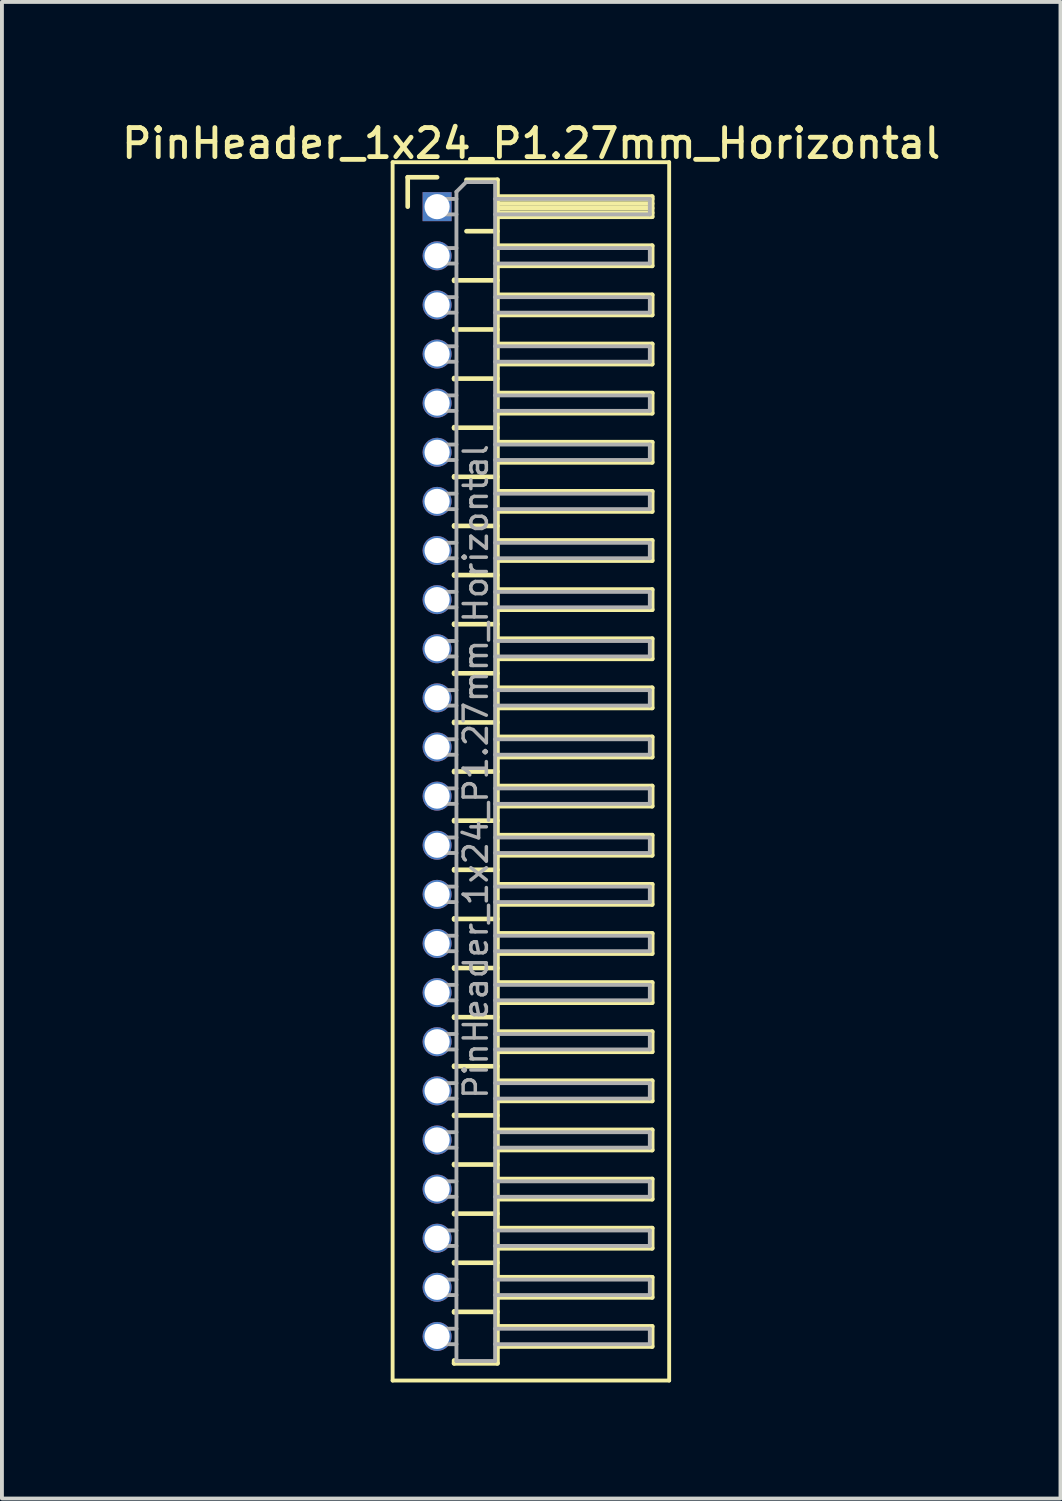
<source format=kicad_pcb>
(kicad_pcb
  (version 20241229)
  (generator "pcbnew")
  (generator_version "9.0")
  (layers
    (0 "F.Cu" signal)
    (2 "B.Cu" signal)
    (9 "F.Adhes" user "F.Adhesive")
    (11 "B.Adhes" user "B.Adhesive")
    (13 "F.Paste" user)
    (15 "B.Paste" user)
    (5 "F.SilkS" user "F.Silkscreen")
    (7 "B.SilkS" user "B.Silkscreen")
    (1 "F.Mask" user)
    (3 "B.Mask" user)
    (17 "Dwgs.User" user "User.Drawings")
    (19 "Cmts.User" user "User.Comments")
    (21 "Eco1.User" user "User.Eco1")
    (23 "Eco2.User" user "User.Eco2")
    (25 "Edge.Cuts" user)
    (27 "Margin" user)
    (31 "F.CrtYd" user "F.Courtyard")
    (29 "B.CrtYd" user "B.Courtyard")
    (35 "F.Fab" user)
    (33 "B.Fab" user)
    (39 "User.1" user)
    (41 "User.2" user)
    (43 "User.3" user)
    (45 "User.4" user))
  (footprint "PinHeader_1x24_P1.27mm_Horizontal"
    (layer "F.Cu")
    (at 8.251 2.293)
    (property "Reference" "PinHeader_1x24_P1.27mm_Horizontal" (at 2.433 -1.635 0) (layer "F.SilkS") (effects (font (size 0.75 0.75) (thickness 0.125))))
    (attr through_hole)
    (fp_line (start -1.15 -1.15) (end -1.15 30.35) (stroke (width 0.1) (type solid)) (layer "F.SilkS"))
    (fp_line (start -1.15 30.35) (end 6 30.35) (stroke (width 0.1) (type solid)) (layer "F.SilkS"))
    (fp_line (start -0.76 -0.76) (end 0 -0.76) (stroke (width 0.12) (type solid)) (layer "F.SilkS"))
    (fp_line (start -0.76 0) (end -0.76 -0.76) (stroke (width 0.12) (type solid)) (layer "F.SilkS"))
    (fp_line (start 0.44 1.89) (end 0.44 1.92) (stroke (width 0.12) (type solid)) (layer "F.SilkS"))
    (fp_line (start 0.44 1.905) (end 1.56 1.905) (stroke (width 0.12) (type solid)) (layer "F.SilkS"))
    (fp_line (start 0.44 3.16) (end 0.44 3.19) (stroke (width 0.12) (type solid)) (layer "F.SilkS"))
    (fp_line (start 0.44 3.175) (end 1.56 3.175) (stroke (width 0.12) (type solid)) (layer "F.SilkS"))
    (fp_line (start 0.44 4.43) (end 0.44 4.46) (stroke (width 0.12) (type solid)) (layer "F.SilkS"))
    (fp_line (start 0.44 4.445) (end 1.56 4.445) (stroke (width 0.12) (type solid)) (layer "F.SilkS"))
    (fp_line (start 0.44 5.7) (end 0.44 5.73) (stroke (width 0.12) (type solid)) (layer "F.SilkS"))
    (fp_line (start 0.44 5.715) (end 1.56 5.715) (stroke (width 0.12) (type solid)) (layer "F.SilkS"))
    (fp_line (start 0.44 6.97) (end 0.44 7) (stroke (width 0.12) (type solid)) (layer "F.SilkS"))
    (fp_line (start 0.44 6.985) (end 1.56 6.985) (stroke (width 0.12) (type solid)) (layer "F.SilkS"))
    (fp_line (start 0.44 8.24) (end 0.44 8.27) (stroke (width 0.12) (type solid)) (layer "F.SilkS"))
    (fp_line (start 0.44 8.255) (end 1.56 8.255) (stroke (width 0.12) (type solid)) (layer "F.SilkS"))
    (fp_line (start 0.44 9.51) (end 0.44 9.54) (stroke (width 0.12) (type solid)) (layer "F.SilkS"))
    (fp_line (start 0.44 9.525) (end 1.56 9.525) (stroke (width 0.12) (type solid)) (layer "F.SilkS"))
    (fp_line (start 0.44 10.78) (end 0.44 10.81) (stroke (width 0.12) (type solid)) (layer "F.SilkS"))
    (fp_line (start 0.44 10.795) (end 1.56 10.795) (stroke (width 0.12) (type solid)) (layer "F.SilkS"))
    (fp_line (start 0.44 12.05) (end 0.44 12.08) (stroke (width 0.12) (type solid)) (layer "F.SilkS"))
    (fp_line (start 0.44 12.065) (end 1.56 12.065) (stroke (width 0.12) (type solid)) (layer "F.SilkS"))
    (fp_line (start 0.44 13.32) (end 0.44 13.35) (stroke (width 0.12) (type solid)) (layer "F.SilkS"))
    (fp_line (start 0.44 13.335) (end 1.56 13.335) (stroke (width 0.12) (type solid)) (layer "F.SilkS"))
    (fp_line (start 0.44 14.59) (end 0.44 14.62) (stroke (width 0.12) (type solid)) (layer "F.SilkS"))
    (fp_line (start 0.44 14.605) (end 1.56 14.605) (stroke (width 0.12) (type solid)) (layer "F.SilkS"))
    (fp_line (start 0.44 15.86) (end 0.44 15.89) (stroke (width 0.12) (type solid)) (layer "F.SilkS"))
    (fp_line (start 0.44 15.875) (end 1.56 15.875) (stroke (width 0.12) (type solid)) (layer "F.SilkS"))
    (fp_line (start 0.44 17.13) (end 0.44 17.16) (stroke (width 0.12) (type solid)) (layer "F.SilkS"))
    (fp_line (start 0.44 17.145) (end 1.56 17.145) (stroke (width 0.12) (type solid)) (layer "F.SilkS"))
    (fp_line (start 0.44 18.4) (end 0.44 18.43) (stroke (width 0.12) (type solid)) (layer "F.SilkS"))
    (fp_line (start 0.44 18.415) (end 1.56 18.415) (stroke (width 0.12) (type solid)) (layer "F.SilkS"))
    (fp_line (start 0.44 19.67) (end 0.44 19.7) (stroke (width 0.12) (type solid)) (layer "F.SilkS"))
    (fp_line (start 0.44 19.685) (end 1.56 19.685) (stroke (width 0.12) (type solid)) (layer "F.SilkS"))
    (fp_line (start 0.44 20.94) (end 0.44 20.97) (stroke (width 0.12) (type solid)) (layer "F.SilkS"))
    (fp_line (start 0.44 20.955) (end 1.56 20.955) (stroke (width 0.12) (type solid)) (layer "F.SilkS"))
    (fp_line (start 0.44 22.21) (end 0.44 22.24) (stroke (width 0.12) (type solid)) (layer "F.SilkS"))
    (fp_line (start 0.44 22.225) (end 1.56 22.225) (stroke (width 0.12) (type solid)) (layer "F.SilkS"))
    (fp_line (start 0.44 23.48) (end 0.44 23.51) (stroke (width 0.12) (type solid)) (layer "F.SilkS"))
    (fp_line (start 0.44 23.495) (end 1.56 23.495) (stroke (width 0.12) (type solid)) (layer "F.SilkS"))
    (fp_line (start 0.44 24.75) (end 0.44 24.78) (stroke (width 0.12) (type solid)) (layer "F.SilkS"))
    (fp_line (start 0.44 24.765) (end 1.56 24.765) (stroke (width 0.12) (type solid)) (layer "F.SilkS"))
    (fp_line (start 0.44 26.02) (end 0.44 26.05) (stroke (width 0.12) (type solid)) (layer "F.SilkS"))
    (fp_line (start 0.44 26.035) (end 1.56 26.035) (stroke (width 0.12) (type solid)) (layer "F.SilkS"))
    (fp_line (start 0.44 27.29) (end 0.44 27.32) (stroke (width 0.12) (type solid)) (layer "F.SilkS"))
    (fp_line (start 0.44 27.305) (end 1.56 27.305) (stroke (width 0.12) (type solid)) (layer "F.SilkS"))
    (fp_line (start 0.44 28.56) (end 0.44 28.59) (stroke (width 0.12) (type solid)) (layer "F.SilkS"))
    (fp_line (start 0.44 28.575) (end 1.56 28.575) (stroke (width 0.12) (type solid)) (layer "F.SilkS"))
    (fp_line (start 0.44 29.905) (end 0.44 29.83) (stroke (width 0.12) (type solid)) (layer "F.SilkS"))
    (fp_line (start 0.76 -0.695) (end 1.56 -0.695) (stroke (width 0.12) (type solid)) (layer "F.SilkS"))
    (fp_line (start 0.76 0.635) (end 1.56 0.635) (stroke (width 0.12) (type solid)) (layer "F.SilkS"))
    (fp_line (start 1.56 -0.695) (end 1.56 29.905) (stroke (width 0.12) (type solid)) (layer "F.SilkS"))
    (fp_line (start 1.56 -0.26) (end 5.56 -0.26) (stroke (width 0.12) (type solid)) (layer "F.SilkS"))
    (fp_line (start 1.56 -0.2) (end 5.56 -0.2) (stroke (width 0.12) (type solid)) (layer "F.SilkS"))
    (fp_line (start 1.56 -0.08) (end 5.56 -0.08) (stroke (width 0.12) (type solid)) (layer "F.SilkS"))
    (fp_line (start 1.56 0.04) (end 5.56 0.04) (stroke (width 0.12) (type solid)) (layer "F.SilkS"))
    (fp_line (start 1.56 0.16) (end 5.56 0.16) (stroke (width 0.12) (type solid)) (layer "F.SilkS"))
    (fp_line (start 1.56 1.01) (end 5.56 1.01) (stroke (width 0.12) (type solid)) (layer "F.SilkS"))
    (fp_line (start 1.56 2.28) (end 5.56 2.28) (stroke (width 0.12) (type solid)) (layer "F.SilkS"))
    (fp_line (start 1.56 3.55) (end 5.56 3.55) (stroke (width 0.12) (type solid)) (layer "F.SilkS"))
    (fp_line (start 1.56 4.82) (end 5.56 4.82) (stroke (width 0.12) (type solid)) (layer "F.SilkS"))
    (fp_line (start 1.56 6.09) (end 5.56 6.09) (stroke (width 0.12) (type solid)) (layer "F.SilkS"))
    (fp_line (start 1.56 7.36) (end 5.56 7.36) (stroke (width 0.12) (type solid)) (layer "F.SilkS"))
    (fp_line (start 1.56 8.63) (end 5.56 8.63) (stroke (width 0.12) (type solid)) (layer "F.SilkS"))
    (fp_line (start 1.56 9.9) (end 5.56 9.9) (stroke (width 0.12) (type solid)) (layer "F.SilkS"))
    (fp_line (start 1.56 11.17) (end 5.56 11.17) (stroke (width 0.12) (type solid)) (layer "F.SilkS"))
    (fp_line (start 1.56 12.44) (end 5.56 12.44) (stroke (width 0.12) (type solid)) (layer "F.SilkS"))
    (fp_line (start 1.56 13.71) (end 5.56 13.71) (stroke (width 0.12) (type solid)) (layer "F.SilkS"))
    (fp_line (start 1.56 14.98) (end 5.56 14.98) (stroke (width 0.12) (type solid)) (layer "F.SilkS"))
    (fp_line (start 1.56 16.25) (end 5.56 16.25) (stroke (width 0.12) (type solid)) (layer "F.SilkS"))
    (fp_line (start 1.56 17.52) (end 5.56 17.52) (stroke (width 0.12) (type solid)) (layer "F.SilkS"))
    (fp_line (start 1.56 18.79) (end 5.56 18.79) (stroke (width 0.12) (type solid)) (layer "F.SilkS"))
    (fp_line (start 1.56 20.06) (end 5.56 20.06) (stroke (width 0.12) (type solid)) (layer "F.SilkS"))
    (fp_line (start 1.56 21.33) (end 5.56 21.33) (stroke (width 0.12) (type solid)) (layer "F.SilkS"))
    (fp_line (start 1.56 22.6) (end 5.56 22.6) (stroke (width 0.12) (type solid)) (layer "F.SilkS"))
    (fp_line (start 1.56 23.87) (end 5.56 23.87) (stroke (width 0.12) (type solid)) (layer "F.SilkS"))
    (fp_line (start 1.56 25.14) (end 5.56 25.14) (stroke (width 0.12) (type solid)) (layer "F.SilkS"))
    (fp_line (start 1.56 26.41) (end 5.56 26.41) (stroke (width 0.12) (type solid)) (layer "F.SilkS"))
    (fp_line (start 1.56 27.68) (end 5.56 27.68) (stroke (width 0.12) (type solid)) (layer "F.SilkS"))
    (fp_line (start 1.56 28.95) (end 5.56 28.95) (stroke (width 0.12) (type solid)) (layer "F.SilkS"))
    (fp_line (start 1.56 29.905) (end 0.44 29.905) (stroke (width 0.12) (type solid)) (layer "F.SilkS"))
    (fp_line (start 5.56 -0.26) (end 5.56 0.26) (stroke (width 0.12) (type solid)) (layer "F.SilkS"))
    (fp_line (start 5.56 0.26) (end 1.56 0.26) (stroke (width 0.12) (type solid)) (layer "F.SilkS"))
    (fp_line (start 5.56 1.01) (end 5.56 1.53) (stroke (width 0.12) (type solid)) (layer "F.SilkS"))
    (fp_line (start 5.56 1.53) (end 1.56 1.53) (stroke (width 0.12) (type solid)) (layer "F.SilkS"))
    (fp_line (start 5.56 2.28) (end 5.56 2.8) (stroke (width 0.12) (type solid)) (layer "F.SilkS"))
    (fp_line (start 5.56 2.8) (end 1.56 2.8) (stroke (width 0.12) (type solid)) (layer "F.SilkS"))
    (fp_line (start 5.56 3.55) (end 5.56 4.07) (stroke (width 0.12) (type solid)) (layer "F.SilkS"))
    (fp_line (start 5.56 4.07) (end 1.56 4.07) (stroke (width 0.12) (type solid)) (layer "F.SilkS"))
    (fp_line (start 5.56 4.82) (end 5.56 5.34) (stroke (width 0.12) (type solid)) (layer "F.SilkS"))
    (fp_line (start 5.56 5.34) (end 1.56 5.34) (stroke (width 0.12) (type solid)) (layer "F.SilkS"))
    (fp_line (start 5.56 6.09) (end 5.56 6.61) (stroke (width 0.12) (type solid)) (layer "F.SilkS"))
    (fp_line (start 5.56 6.61) (end 1.56 6.61) (stroke (width 0.12) (type solid)) (layer "F.SilkS"))
    (fp_line (start 5.56 7.36) (end 5.56 7.88) (stroke (width 0.12) (type solid)) (layer "F.SilkS"))
    (fp_line (start 5.56 7.88) (end 1.56 7.88) (stroke (width 0.12) (type solid)) (layer "F.SilkS"))
    (fp_line (start 5.56 8.63) (end 5.56 9.15) (stroke (width 0.12) (type solid)) (layer "F.SilkS"))
    (fp_line (start 5.56 9.15) (end 1.56 9.15) (stroke (width 0.12) (type solid)) (layer "F.SilkS"))
    (fp_line (start 5.56 9.9) (end 5.56 10.42) (stroke (width 0.12) (type solid)) (layer "F.SilkS"))
    (fp_line (start 5.56 10.42) (end 1.56 10.42) (stroke (width 0.12) (type solid)) (layer "F.SilkS"))
    (fp_line (start 5.56 11.17) (end 5.56 11.69) (stroke (width 0.12) (type solid)) (layer "F.SilkS"))
    (fp_line (start 5.56 11.69) (end 1.56 11.69) (stroke (width 0.12) (type solid)) (layer "F.SilkS"))
    (fp_line (start 5.56 12.44) (end 5.56 12.96) (stroke (width 0.12) (type solid)) (layer "F.SilkS"))
    (fp_line (start 5.56 12.96) (end 1.56 12.96) (stroke (width 0.12) (type solid)) (layer "F.SilkS"))
    (fp_line (start 5.56 13.71) (end 5.56 14.23) (stroke (width 0.12) (type solid)) (layer "F.SilkS"))
    (fp_line (start 5.56 14.23) (end 1.56 14.23) (stroke (width 0.12) (type solid)) (layer "F.SilkS"))
    (fp_line (start 5.56 14.98) (end 5.56 15.5) (stroke (width 0.12) (type solid)) (layer "F.SilkS"))
    (fp_line (start 5.56 15.5) (end 1.56 15.5) (stroke (width 0.12) (type solid)) (layer "F.SilkS"))
    (fp_line (start 5.56 16.25) (end 5.56 16.77) (stroke (width 0.12) (type solid)) (layer "F.SilkS"))
    (fp_line (start 5.56 16.77) (end 1.56 16.77) (stroke (width 0.12) (type solid)) (layer "F.SilkS"))
    (fp_line (start 5.56 17.52) (end 5.56 18.04) (stroke (width 0.12) (type solid)) (layer "F.SilkS"))
    (fp_line (start 5.56 18.04) (end 1.56 18.04) (stroke (width 0.12) (type solid)) (layer "F.SilkS"))
    (fp_line (start 5.56 18.79) (end 5.56 19.31) (stroke (width 0.12) (type solid)) (layer "F.SilkS"))
    (fp_line (start 5.56 19.31) (end 1.56 19.31) (stroke (width 0.12) (type solid)) (layer "F.SilkS"))
    (fp_line (start 5.56 20.06) (end 5.56 20.58) (stroke (width 0.12) (type solid)) (layer "F.SilkS"))
    (fp_line (start 5.56 20.58) (end 1.56 20.58) (stroke (width 0.12) (type solid)) (layer "F.SilkS"))
    (fp_line (start 5.56 21.33) (end 5.56 21.85) (stroke (width 0.12) (type solid)) (layer "F.SilkS"))
    (fp_line (start 5.56 21.85) (end 1.56 21.85) (stroke (width 0.12) (type solid)) (layer "F.SilkS"))
    (fp_line (start 5.56 22.6) (end 5.56 23.12) (stroke (width 0.12) (type solid)) (layer "F.SilkS"))
    (fp_line (start 5.56 23.12) (end 1.56 23.12) (stroke (width 0.12) (type solid)) (layer "F.SilkS"))
    (fp_line (start 5.56 23.87) (end 5.56 24.39) (stroke (width 0.12) (type solid)) (layer "F.SilkS"))
    (fp_line (start 5.56 24.39) (end 1.56 24.39) (stroke (width 0.12) (type solid)) (layer "F.SilkS"))
    (fp_line (start 5.56 25.14) (end 5.56 25.66) (stroke (width 0.12) (type solid)) (layer "F.SilkS"))
    (fp_line (start 5.56 25.66) (end 1.56 25.66) (stroke (width 0.12) (type solid)) (layer "F.SilkS"))
    (fp_line (start 5.56 26.41) (end 5.56 26.93) (stroke (width 0.12) (type solid)) (layer "F.SilkS"))
    (fp_line (start 5.56 26.93) (end 1.56 26.93) (stroke (width 0.12) (type solid)) (layer "F.SilkS"))
    (fp_line (start 5.56 27.68) (end 5.56 28.2) (stroke (width 0.12) (type solid)) (layer "F.SilkS"))
    (fp_line (start 5.56 28.2) (end 1.56 28.2) (stroke (width 0.12) (type solid)) (layer "F.SilkS"))
    (fp_line (start 5.56 28.95) (end 5.56 29.47) (stroke (width 0.12) (type solid)) (layer "F.SilkS"))
    (fp_line (start 5.56 29.47) (end 1.56 29.47) (stroke (width 0.12) (type solid)) (layer "F.SilkS"))
    (fp_line (start 6 -1.15) (end -1.15 -1.15) (stroke (width 0.1) (type solid)) (layer "F.SilkS"))
    (fp_line (start 6 30.35) (end 6 -1.15) (stroke (width 0.1) (type solid)) (layer "F.SilkS"))
    (fp_line (start -0.2 -0.2) (end -0.2 0.2) (stroke (width 0.1) (type solid)) (layer "F.Fab"))
    (fp_line (start -0.2 -0.2) (end 0.5 -0.2) (stroke (width 0.1) (type solid)) (layer "F.Fab"))
    (fp_line (start -0.2 0.2) (end 0.5 0.2) (stroke (width 0.1) (type solid)) (layer "F.Fab"))
    (fp_line (start -0.2 1.07) (end -0.2 1.47) (stroke (width 0.1) (type solid)) (layer "F.Fab"))
    (fp_line (start -0.2 1.07) (end 0.5 1.07) (stroke (width 0.1) (type solid)) (layer "F.Fab"))
    (fp_line (start -0.2 1.47) (end 0.5 1.47) (stroke (width 0.1) (type solid)) (layer "F.Fab"))
    (fp_line (start -0.2 2.34) (end -0.2 2.74) (stroke (width 0.1) (type solid)) (layer "F.Fab"))
    (fp_line (start -0.2 2.34) (end 0.5 2.34) (stroke (width 0.1) (type solid)) (layer "F.Fab"))
    (fp_line (start -0.2 2.74) (end 0.5 2.74) (stroke (width 0.1) (type solid)) (layer "F.Fab"))
    (fp_line (start -0.2 3.61) (end -0.2 4.01) (stroke (width 0.1) (type solid)) (layer "F.Fab"))
    (fp_line (start -0.2 3.61) (end 0.5 3.61) (stroke (width 0.1) (type solid)) (layer "F.Fab"))
    (fp_line (start -0.2 4.01) (end 0.5 4.01) (stroke (width 0.1) (type solid)) (layer "F.Fab"))
    (fp_line (start -0.2 4.88) (end -0.2 5.28) (stroke (width 0.1) (type solid)) (layer "F.Fab"))
    (fp_line (start -0.2 4.88) (end 0.5 4.88) (stroke (width 0.1) (type solid)) (layer "F.Fab"))
    (fp_line (start -0.2 5.28) (end 0.5 5.28) (stroke (width 0.1) (type solid)) (layer "F.Fab"))
    (fp_line (start -0.2 6.15) (end -0.2 6.55) (stroke (width 0.1) (type solid)) (layer "F.Fab"))
    (fp_line (start -0.2 6.15) (end 0.5 6.15) (stroke (width 0.1) (type solid)) (layer "F.Fab"))
    (fp_line (start -0.2 6.55) (end 0.5 6.55) (stroke (width 0.1) (type solid)) (layer "F.Fab"))
    (fp_line (start -0.2 7.42) (end -0.2 7.82) (stroke (width 0.1) (type solid)) (layer "F.Fab"))
    (fp_line (start -0.2 7.42) (end 0.5 7.42) (stroke (width 0.1) (type solid)) (layer "F.Fab"))
    (fp_line (start -0.2 7.82) (end 0.5 7.82) (stroke (width 0.1) (type solid)) (layer "F.Fab"))
    (fp_line (start -0.2 8.69) (end -0.2 9.09) (stroke (width 0.1) (type solid)) (layer "F.Fab"))
    (fp_line (start -0.2 8.69) (end 0.5 8.69) (stroke (width 0.1) (type solid)) (layer "F.Fab"))
    (fp_line (start -0.2 9.09) (end 0.5 9.09) (stroke (width 0.1) (type solid)) (layer "F.Fab"))
    (fp_line (start -0.2 9.96) (end -0.2 10.36) (stroke (width 0.1) (type solid)) (layer "F.Fab"))
    (fp_line (start -0.2 9.96) (end 0.5 9.96) (stroke (width 0.1) (type solid)) (layer "F.Fab"))
    (fp_line (start -0.2 10.36) (end 0.5 10.36) (stroke (width 0.1) (type solid)) (layer "F.Fab"))
    (fp_line (start -0.2 11.23) (end -0.2 11.63) (stroke (width 0.1) (type solid)) (layer "F.Fab"))
    (fp_line (start -0.2 11.23) (end 0.5 11.23) (stroke (width 0.1) (type solid)) (layer "F.Fab"))
    (fp_line (start -0.2 11.63) (end 0.5 11.63) (stroke (width 0.1) (type solid)) (layer "F.Fab"))
    (fp_line (start -0.2 12.5) (end -0.2 12.9) (stroke (width 0.1) (type solid)) (layer "F.Fab"))
    (fp_line (start -0.2 12.5) (end 0.5 12.5) (stroke (width 0.1) (type solid)) (layer "F.Fab"))
    (fp_line (start -0.2 12.9) (end 0.5 12.9) (stroke (width 0.1) (type solid)) (layer "F.Fab"))
    (fp_line (start -0.2 13.77) (end -0.2 14.17) (stroke (width 0.1) (type solid)) (layer "F.Fab"))
    (fp_line (start -0.2 13.77) (end 0.5 13.77) (stroke (width 0.1) (type solid)) (layer "F.Fab"))
    (fp_line (start -0.2 14.17) (end 0.5 14.17) (stroke (width 0.1) (type solid)) (layer "F.Fab"))
    (fp_line (start -0.2 15.04) (end -0.2 15.44) (stroke (width 0.1) (type solid)) (layer "F.Fab"))
    (fp_line (start -0.2 15.04) (end 0.5 15.04) (stroke (width 0.1) (type solid)) (layer "F.Fab"))
    (fp_line (start -0.2 15.44) (end 0.5 15.44) (stroke (width 0.1) (type solid)) (layer "F.Fab"))
    (fp_line (start -0.2 16.31) (end -0.2 16.71) (stroke (width 0.1) (type solid)) (layer "F.Fab"))
    (fp_line (start -0.2 16.31) (end 0.5 16.31) (stroke (width 0.1) (type solid)) (layer "F.Fab"))
    (fp_line (start -0.2 16.71) (end 0.5 16.71) (stroke (width 0.1) (type solid)) (layer "F.Fab"))
    (fp_line (start -0.2 17.58) (end -0.2 17.98) (stroke (width 0.1) (type solid)) (layer "F.Fab"))
    (fp_line (start -0.2 17.58) (end 0.5 17.58) (stroke (width 0.1) (type solid)) (layer "F.Fab"))
    (fp_line (start -0.2 17.98) (end 0.5 17.98) (stroke (width 0.1) (type solid)) (layer "F.Fab"))
    (fp_line (start -0.2 18.85) (end -0.2 19.25) (stroke (width 0.1) (type solid)) (layer "F.Fab"))
    (fp_line (start -0.2 18.85) (end 0.5 18.85) (stroke (width 0.1) (type solid)) (layer "F.Fab"))
    (fp_line (start -0.2 19.25) (end 0.5 19.25) (stroke (width 0.1) (type solid)) (layer "F.Fab"))
    (fp_line (start -0.2 20.12) (end -0.2 20.52) (stroke (width 0.1) (type solid)) (layer "F.Fab"))
    (fp_line (start -0.2 20.12) (end 0.5 20.12) (stroke (width 0.1) (type solid)) (layer "F.Fab"))
    (fp_line (start -0.2 20.52) (end 0.5 20.52) (stroke (width 0.1) (type solid)) (layer "F.Fab"))
    (fp_line (start -0.2 21.39) (end -0.2 21.79) (stroke (width 0.1) (type solid)) (layer "F.Fab"))
    (fp_line (start -0.2 21.39) (end 0.5 21.39) (stroke (width 0.1) (type solid)) (layer "F.Fab"))
    (fp_line (start -0.2 21.79) (end 0.5 21.79) (stroke (width 0.1) (type solid)) (layer "F.Fab"))
    (fp_line (start -0.2 22.66) (end -0.2 23.06) (stroke (width 0.1) (type solid)) (layer "F.Fab"))
    (fp_line (start -0.2 22.66) (end 0.5 22.66) (stroke (width 0.1) (type solid)) (layer "F.Fab"))
    (fp_line (start -0.2 23.06) (end 0.5 23.06) (stroke (width 0.1) (type solid)) (layer "F.Fab"))
    (fp_line (start -0.2 23.93) (end -0.2 24.33) (stroke (width 0.1) (type solid)) (layer "F.Fab"))
    (fp_line (start -0.2 23.93) (end 0.5 23.93) (stroke (width 0.1) (type solid)) (layer "F.Fab"))
    (fp_line (start -0.2 24.33) (end 0.5 24.33) (stroke (width 0.1) (type solid)) (layer "F.Fab"))
    (fp_line (start -0.2 25.2) (end -0.2 25.6) (stroke (width 0.1) (type solid)) (layer "F.Fab"))
    (fp_line (start -0.2 25.2) (end 0.5 25.2) (stroke (width 0.1) (type solid)) (layer "F.Fab"))
    (fp_line (start -0.2 25.6) (end 0.5 25.6) (stroke (width 0.1) (type solid)) (layer "F.Fab"))
    (fp_line (start -0.2 26.47) (end -0.2 26.87) (stroke (width 0.1) (type solid)) (layer "F.Fab"))
    (fp_line (start -0.2 26.47) (end 0.5 26.47) (stroke (width 0.1) (type solid)) (layer "F.Fab"))
    (fp_line (start -0.2 26.87) (end 0.5 26.87) (stroke (width 0.1) (type solid)) (layer "F.Fab"))
    (fp_line (start -0.2 27.74) (end -0.2 28.14) (stroke (width 0.1) (type solid)) (layer "F.Fab"))
    (fp_line (start -0.2 27.74) (end 0.5 27.74) (stroke (width 0.1) (type solid)) (layer "F.Fab"))
    (fp_line (start -0.2 28.14) (end 0.5 28.14) (stroke (width 0.1) (type solid)) (layer "F.Fab"))
    (fp_line (start -0.2 29.01) (end -0.2 29.41) (stroke (width 0.1) (type solid)) (layer "F.Fab"))
    (fp_line (start -0.2 29.01) (end 0.5 29.01) (stroke (width 0.1) (type solid)) (layer "F.Fab"))
    (fp_line (start -0.2 29.41) (end 0.5 29.41) (stroke (width 0.1) (type solid)) (layer "F.Fab"))
    (fp_line (start 0.5 -0.385) (end 0.75 -0.635) (stroke (width 0.1) (type solid)) (layer "F.Fab"))
    (fp_line (start 0.5 29.845) (end 0.5 -0.385) (stroke (width 0.1) (type solid)) (layer "F.Fab"))
    (fp_line (start 0.75 -0.635) (end 1.5 -0.635) (stroke (width 0.1) (type solid)) (layer "F.Fab"))
    (fp_line (start 1.5 -0.635) (end 1.5 29.845) (stroke (width 0.1) (type solid)) (layer "F.Fab"))
    (fp_line (start 1.5 -0.2) (end 5.5 -0.2) (stroke (width 0.1) (type solid)) (layer "F.Fab"))
    (fp_line (start 1.5 0.2) (end 5.5 0.2) (stroke (width 0.1) (type solid)) (layer "F.Fab"))
    (fp_line (start 1.5 1.07) (end 5.5 1.07) (stroke (width 0.1) (type solid)) (layer "F.Fab"))
    (fp_line (start 1.5 1.47) (end 5.5 1.47) (stroke (width 0.1) (type solid)) (layer "F.Fab"))
    (fp_line (start 1.5 2.34) (end 5.5 2.34) (stroke (width 0.1) (type solid)) (layer "F.Fab"))
    (fp_line (start 1.5 2.74) (end 5.5 2.74) (stroke (width 0.1) (type solid)) (layer "F.Fab"))
    (fp_line (start 1.5 3.61) (end 5.5 3.61) (stroke (width 0.1) (type solid)) (layer "F.Fab"))
    (fp_line (start 1.5 4.01) (end 5.5 4.01) (stroke (width 0.1) (type solid)) (layer "F.Fab"))
    (fp_line (start 1.5 4.88) (end 5.5 4.88) (stroke (width 0.1) (type solid)) (layer "F.Fab"))
    (fp_line (start 1.5 5.28) (end 5.5 5.28) (stroke (width 0.1) (type solid)) (layer "F.Fab"))
    (fp_line (start 1.5 6.15) (end 5.5 6.15) (stroke (width 0.1) (type solid)) (layer "F.Fab"))
    (fp_line (start 1.5 6.55) (end 5.5 6.55) (stroke (width 0.1) (type solid)) (layer "F.Fab"))
    (fp_line (start 1.5 7.42) (end 5.5 7.42) (stroke (width 0.1) (type solid)) (layer "F.Fab"))
    (fp_line (start 1.5 7.82) (end 5.5 7.82) (stroke (width 0.1) (type solid)) (layer "F.Fab"))
    (fp_line (start 1.5 8.69) (end 5.5 8.69) (stroke (width 0.1) (type solid)) (layer "F.Fab"))
    (fp_line (start 1.5 9.09) (end 5.5 9.09) (stroke (width 0.1) (type solid)) (layer "F.Fab"))
    (fp_line (start 1.5 9.96) (end 5.5 9.96) (stroke (width 0.1) (type solid)) (layer "F.Fab"))
    (fp_line (start 1.5 10.36) (end 5.5 10.36) (stroke (width 0.1) (type solid)) (layer "F.Fab"))
    (fp_line (start 1.5 11.23) (end 5.5 11.23) (stroke (width 0.1) (type solid)) (layer "F.Fab"))
    (fp_line (start 1.5 11.63) (end 5.5 11.63) (stroke (width 0.1) (type solid)) (layer "F.Fab"))
    (fp_line (start 1.5 12.5) (end 5.5 12.5) (stroke (width 0.1) (type solid)) (layer "F.Fab"))
    (fp_line (start 1.5 12.9) (end 5.5 12.9) (stroke (width 0.1) (type solid)) (layer "F.Fab"))
    (fp_line (start 1.5 13.77) (end 5.5 13.77) (stroke (width 0.1) (type solid)) (layer "F.Fab"))
    (fp_line (start 1.5 14.17) (end 5.5 14.17) (stroke (width 0.1) (type solid)) (layer "F.Fab"))
    (fp_line (start 1.5 15.04) (end 5.5 15.04) (stroke (width 0.1) (type solid)) (layer "F.Fab"))
    (fp_line (start 1.5 15.44) (end 5.5 15.44) (stroke (width 0.1) (type solid)) (layer "F.Fab"))
    (fp_line (start 1.5 16.31) (end 5.5 16.31) (stroke (width 0.1) (type solid)) (layer "F.Fab"))
    (fp_line (start 1.5 16.71) (end 5.5 16.71) (stroke (width 0.1) (type solid)) (layer "F.Fab"))
    (fp_line (start 1.5 17.58) (end 5.5 17.58) (stroke (width 0.1) (type solid)) (layer "F.Fab"))
    (fp_line (start 1.5 17.98) (end 5.5 17.98) (stroke (width 0.1) (type solid)) (layer "F.Fab"))
    (fp_line (start 1.5 18.85) (end 5.5 18.85) (stroke (width 0.1) (type solid)) (layer "F.Fab"))
    (fp_line (start 1.5 19.25) (end 5.5 19.25) (stroke (width 0.1) (type solid)) (layer "F.Fab"))
    (fp_line (start 1.5 20.12) (end 5.5 20.12) (stroke (width 0.1) (type solid)) (layer "F.Fab"))
    (fp_line (start 1.5 20.52) (end 5.5 20.52) (stroke (width 0.1) (type solid)) (layer "F.Fab"))
    (fp_line (start 1.5 21.39) (end 5.5 21.39) (stroke (width 0.1) (type solid)) (layer "F.Fab"))
    (fp_line (start 1.5 21.79) (end 5.5 21.79) (stroke (width 0.1) (type solid)) (layer "F.Fab"))
    (fp_line (start 1.5 22.66) (end 5.5 22.66) (stroke (width 0.1) (type solid)) (layer "F.Fab"))
    (fp_line (start 1.5 23.06) (end 5.5 23.06) (stroke (width 0.1) (type solid)) (layer "F.Fab"))
    (fp_line (start 1.5 23.93) (end 5.5 23.93) (stroke (width 0.1) (type solid)) (layer "F.Fab"))
    (fp_line (start 1.5 24.33) (end 5.5 24.33) (stroke (width 0.1) (type solid)) (layer "F.Fab"))
    (fp_line (start 1.5 25.2) (end 5.5 25.2) (stroke (width 0.1) (type solid)) (layer "F.Fab"))
    (fp_line (start 1.5 25.6) (end 5.5 25.6) (stroke (width 0.1) (type solid)) (layer "F.Fab"))
    (fp_line (start 1.5 26.47) (end 5.5 26.47) (stroke (width 0.1) (type solid)) (layer "F.Fab"))
    (fp_line (start 1.5 26.87) (end 5.5 26.87) (stroke (width 0.1) (type solid)) (layer "F.Fab"))
    (fp_line (start 1.5 27.74) (end 5.5 27.74) (stroke (width 0.1) (type solid)) (layer "F.Fab"))
    (fp_line (start 1.5 28.14) (end 5.5 28.14) (stroke (width 0.1) (type solid)) (layer "F.Fab"))
    (fp_line (start 1.5 29.01) (end 5.5 29.01) (stroke (width 0.1) (type solid)) (layer "F.Fab"))
    (fp_line (start 1.5 29.41) (end 5.5 29.41) (stroke (width 0.1) (type solid)) (layer "F.Fab"))
    (fp_line (start 1.5 29.845) (end 0.5 29.845) (stroke (width 0.1) (type solid)) (layer "F.Fab"))
    (fp_line (start 5.5 -0.2) (end 5.5 0.2) (stroke (width 0.1) (type solid)) (layer "F.Fab"))
    (fp_line (start 5.5 1.07) (end 5.5 1.47) (stroke (width 0.1) (type solid)) (layer "F.Fab"))
    (fp_line (start 5.5 2.34) (end 5.5 2.74) (stroke (width 0.1) (type solid)) (layer "F.Fab"))
    (fp_line (start 5.5 3.61) (end 5.5 4.01) (stroke (width 0.1) (type solid)) (layer "F.Fab"))
    (fp_line (start 5.5 4.88) (end 5.5 5.28) (stroke (width 0.1) (type solid)) (layer "F.Fab"))
    (fp_line (start 5.5 6.15) (end 5.5 6.55) (stroke (width 0.1) (type solid)) (layer "F.Fab"))
    (fp_line (start 5.5 7.42) (end 5.5 7.82) (stroke (width 0.1) (type solid)) (layer "F.Fab"))
    (fp_line (start 5.5 8.69) (end 5.5 9.09) (stroke (width 0.1) (type solid)) (layer "F.Fab"))
    (fp_line (start 5.5 9.96) (end 5.5 10.36) (stroke (width 0.1) (type solid)) (layer "F.Fab"))
    (fp_line (start 5.5 11.23) (end 5.5 11.63) (stroke (width 0.1) (type solid)) (layer "F.Fab"))
    (fp_line (start 5.5 12.5) (end 5.5 12.9) (stroke (width 0.1) (type solid)) (layer "F.Fab"))
    (fp_line (start 5.5 13.77) (end 5.5 14.17) (stroke (width 0.1) (type solid)) (layer "F.Fab"))
    (fp_line (start 5.5 15.04) (end 5.5 15.44) (stroke (width 0.1) (type solid)) (layer "F.Fab"))
    (fp_line (start 5.5 16.31) (end 5.5 16.71) (stroke (width 0.1) (type solid)) (layer "F.Fab"))
    (fp_line (start 5.5 17.58) (end 5.5 17.98) (stroke (width 0.1) (type solid)) (layer "F.Fab"))
    (fp_line (start 5.5 18.85) (end 5.5 19.25) (stroke (width 0.1) (type solid)) (layer "F.Fab"))
    (fp_line (start 5.5 20.12) (end 5.5 20.52) (stroke (width 0.1) (type solid)) (layer "F.Fab"))
    (fp_line (start 5.5 21.39) (end 5.5 21.79) (stroke (width 0.1) (type solid)) (layer "F.Fab"))
    (fp_line (start 5.5 22.66) (end 5.5 23.06) (stroke (width 0.1) (type solid)) (layer "F.Fab"))
    (fp_line (start 5.5 23.93) (end 5.5 24.33) (stroke (width 0.1) (type solid)) (layer "F.Fab"))
    (fp_line (start 5.5 25.2) (end 5.5 25.6) (stroke (width 0.1) (type solid)) (layer "F.Fab"))
    (fp_line (start 5.5 26.47) (end 5.5 26.87) (stroke (width 0.1) (type solid)) (layer "F.Fab"))
    (fp_line (start 5.5 27.74) (end 5.5 28.14) (stroke (width 0.1) (type solid)) (layer "F.Fab"))
    (fp_line (start 5.5 29.01) (end 5.5 29.41) (stroke (width 0.1) (type solid)) (layer "F.Fab"))
    (fp_text user "${REFERENCE}" (at 1 14.605 90) (layer "F.Fab") (effects (font (size 0.6 0.6) (thickness 0.09))))
    (pad "1" thru_hole rect (at 0 0) (size 0.75 0.75) (drill 0.65) (layers "*.Cu" "*.Mask"))
    (pad "2" thru_hole oval (at 0 1.27) (size 0.75 0.75) (drill 0.65) (layers "*.Cu" "*.Mask"))
    (pad "3" thru_hole oval (at 0 2.54) (size 0.75 0.75) (drill 0.65) (layers "*.Cu" "*.Mask"))
    (pad "4" thru_hole oval (at 0 3.81) (size 0.75 0.75) (drill 0.65) (layers "*.Cu" "*.Mask"))
    (pad "5" thru_hole oval (at 0 5.08) (size 0.75 0.75) (drill 0.65) (layers "*.Cu" "*.Mask"))
    (pad "6" thru_hole oval (at 0 6.35) (size 0.75 0.75) (drill 0.65) (layers "*.Cu" "*.Mask"))
    (pad "7" thru_hole oval (at 0 7.62) (size 0.75 0.75) (drill 0.65) (layers "*.Cu" "*.Mask"))
    (pad "8" thru_hole oval (at 0 8.89) (size 0.75 0.75) (drill 0.65) (layers "*.Cu" "*.Mask"))
    (pad "9" thru_hole oval (at 0 10.16) (size 0.75 0.75) (drill 0.65) (layers "*.Cu" "*.Mask"))
    (pad "10" thru_hole oval (at 0 11.43) (size 0.75 0.75) (drill 0.65) (layers "*.Cu" "*.Mask"))
    (pad "11" thru_hole oval (at 0 12.7) (size 0.75 0.75) (drill 0.65) (layers "*.Cu" "*.Mask"))
    (pad "12" thru_hole oval (at 0 13.97) (size 0.75 0.75) (drill 0.65) (layers "*.Cu" "*.Mask"))
    (pad "13" thru_hole oval (at 0 15.24) (size 0.75 0.75) (drill 0.65) (layers "*.Cu" "*.Mask"))
    (pad "14" thru_hole oval (at 0 16.51) (size 0.75 0.75) (drill 0.65) (layers "*.Cu" "*.Mask"))
    (pad "15" thru_hole oval (at 0 17.78) (size 0.75 0.75) (drill 0.65) (layers "*.Cu" "*.Mask"))
    (pad "16" thru_hole oval (at 0 19.05) (size 0.75 0.75) (drill 0.65) (layers "*.Cu" "*.Mask"))
    (pad "17" thru_hole oval (at 0 20.32) (size 0.75 0.75) (drill 0.65) (layers "*.Cu" "*.Mask"))
    (pad "18" thru_hole oval (at 0 21.59) (size 0.75 0.75) (drill 0.65) (layers "*.Cu" "*.Mask"))
    (pad "19" thru_hole oval (at 0 22.86) (size 0.75 0.75) (drill 0.65) (layers "*.Cu" "*.Mask"))
    (pad "20" thru_hole oval (at 0 24.13) (size 0.75 0.75) (drill 0.65) (layers "*.Cu" "*.Mask"))
    (pad "21" thru_hole oval (at 0 25.4) (size 0.75 0.75) (drill 0.65) (layers "*.Cu" "*.Mask"))
    (pad "22" thru_hole oval (at 0 26.67) (size 0.75 0.75) (drill 0.65) (layers "*.Cu" "*.Mask"))
    (pad "23" thru_hole oval (at 0 27.94) (size 0.75 0.75) (drill 0.65) (layers "*.Cu" "*.Mask"))
    (pad "24" thru_hole oval (at 0 29.21) (size 0.75 0.75) (drill 0.65) (layers "*.Cu" "*.Mask")))
  (gr_rect
    (start -3 -3)
    (end 24.368 35.693)
    (stroke (width 0.1) (type default))
    (fill no)
    (layer "Edge.Cuts")))
</source>
